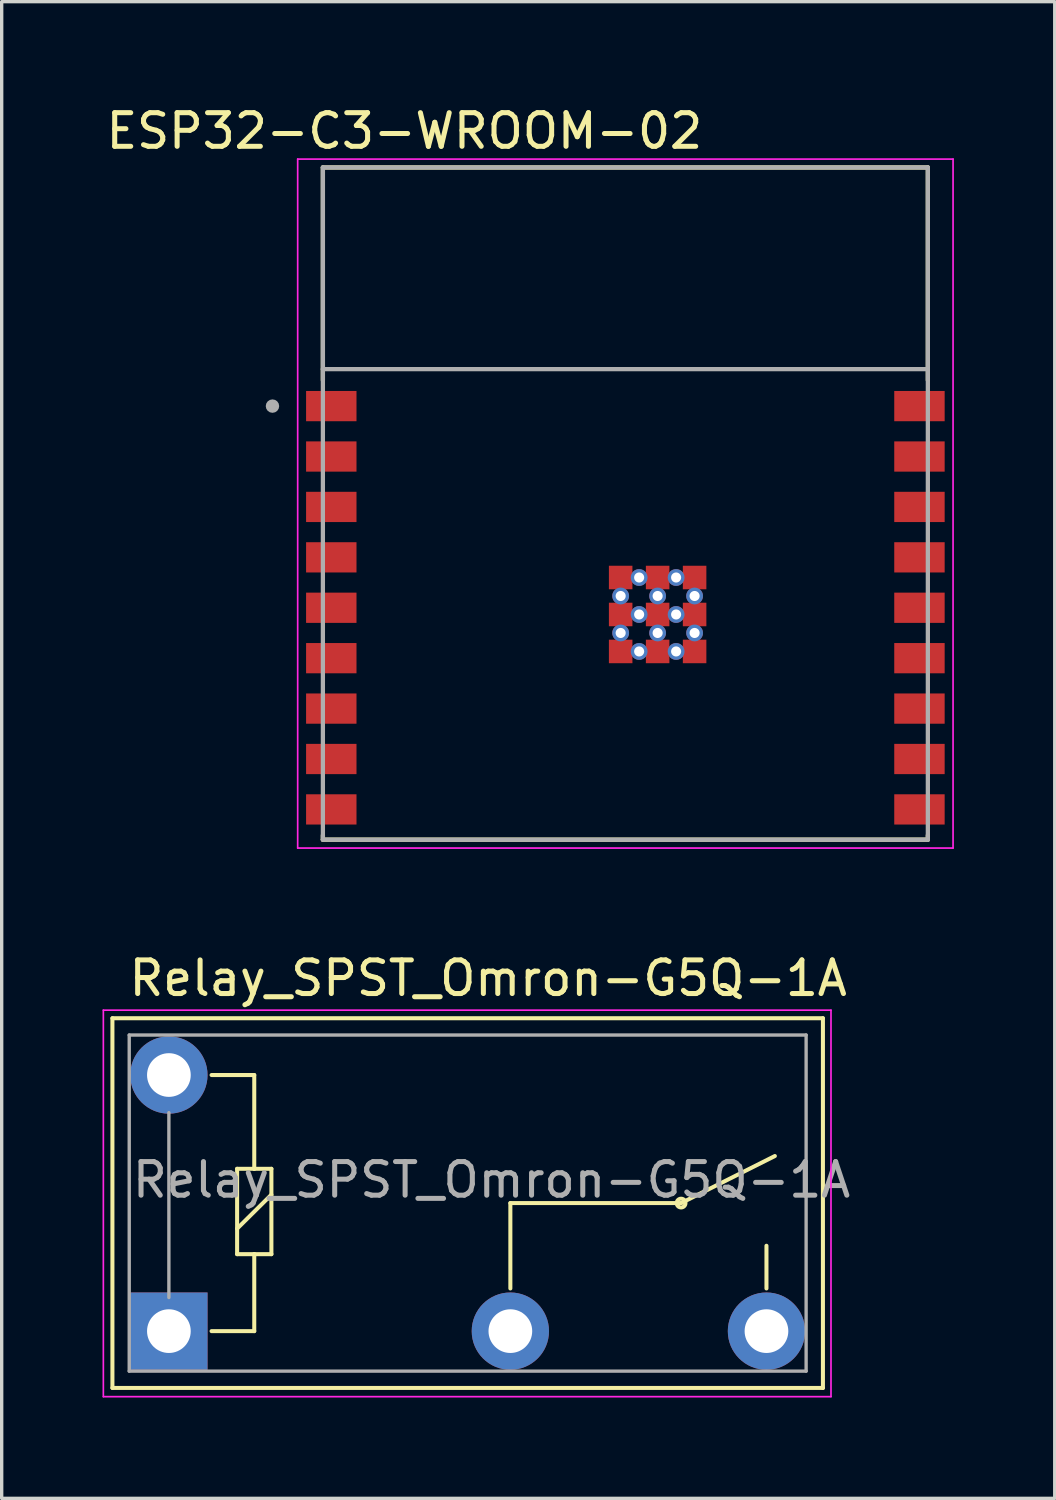
<source format=kicad_pcb>
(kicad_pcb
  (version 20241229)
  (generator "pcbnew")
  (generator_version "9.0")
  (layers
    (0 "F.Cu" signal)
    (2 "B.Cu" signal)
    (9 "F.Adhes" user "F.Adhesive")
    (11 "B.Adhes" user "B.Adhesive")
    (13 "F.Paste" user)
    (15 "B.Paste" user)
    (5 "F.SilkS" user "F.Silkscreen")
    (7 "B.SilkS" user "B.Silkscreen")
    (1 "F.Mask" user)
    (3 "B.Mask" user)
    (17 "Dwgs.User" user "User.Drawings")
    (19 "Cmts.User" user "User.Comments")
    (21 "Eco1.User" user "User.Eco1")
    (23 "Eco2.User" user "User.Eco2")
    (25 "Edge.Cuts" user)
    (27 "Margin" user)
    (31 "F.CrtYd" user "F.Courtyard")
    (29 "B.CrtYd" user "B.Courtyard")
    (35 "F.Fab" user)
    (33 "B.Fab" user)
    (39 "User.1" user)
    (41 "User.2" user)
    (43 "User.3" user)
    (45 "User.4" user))
  (footprint "Relay_SPST_Omron-G5Q-1A"
    (layer "F.Cu")
    (at 1.975 36.556)
    (property "Reference" "Relay_SPST_Omron-G5Q-1A" (at 9.5 -10.5 180) (layer "F.SilkS") (effects (font (size 1 1) (thickness 0.15))))
    (attr through_hole)
    (fp_line (start -1.68 -9.31) (end 19.46 -9.31) (stroke (width 0.12) (type solid)) (layer "F.SilkS"))
    (fp_line (start -1.68 1.69) (end -1.68 -9.31) (stroke (width 0.12) (type solid)) (layer "F.SilkS"))
    (fp_line (start -1.68 1.69) (end 19.46 1.69) (stroke (width 0.12) (type solid)) (layer "F.SilkS"))
    (fp_line (start 1.27 0) (end 2.54 0) (stroke (width 0.12) (type solid)) (layer "F.SilkS"))
    (fp_line (start 2.03 -4.83) (end 2.54 -4.83) (stroke (width 0.12) (type solid)) (layer "F.SilkS"))
    (fp_line (start 2.03 -3.05) (end 3.05 -4.06) (stroke (width 0.12) (type solid)) (layer "F.SilkS"))
    (fp_line (start 2.03 -2.29) (end 2.03 -4.83) (stroke (width 0.12) (type solid)) (layer "F.SilkS"))
    (fp_line (start 2.54 -7.62) (end 1.27 -7.62) (stroke (width 0.12) (type solid)) (layer "F.SilkS"))
    (fp_line (start 2.54 -4.83) (end 2.54 -7.62) (stroke (width 0.12) (type solid)) (layer "F.SilkS"))
    (fp_line (start 2.54 -4.83) (end 3.05 -4.83) (stroke (width 0.12) (type solid)) (layer "F.SilkS"))
    (fp_line (start 2.54 -2.29) (end 2.03 -2.29) (stroke (width 0.12) (type solid)) (layer "F.SilkS"))
    (fp_line (start 2.54 0) (end 2.54 -2.29) (stroke (width 0.12) (type solid)) (layer "F.SilkS"))
    (fp_line (start 3.05 -4.83) (end 3.05 -2.29) (stroke (width 0.12) (type solid)) (layer "F.SilkS"))
    (fp_line (start 3.05 -2.29) (end 2.54 -2.29) (stroke (width 0.12) (type solid)) (layer "F.SilkS"))
    (fp_line (start 10.16 -3.81) (end 15.24 -3.81) (stroke (width 0.12) (type solid)) (layer "F.SilkS"))
    (fp_line (start 10.16 -1.27) (end 10.16 -3.81) (stroke (width 0.12) (type solid)) (layer "F.SilkS"))
    (fp_line (start 15.24 -3.81) (end 18.03 -5.21) (stroke (width 0.12) (type solid)) (layer "F.SilkS"))
    (fp_line (start 17.78 -1.27) (end 17.78 -2.54) (stroke (width 0.12) (type solid)) (layer "F.SilkS"))
    (fp_line (start 19.46 1.69) (end 19.46 -9.31) (stroke (width 0.12) (type solid)) (layer "F.SilkS"))
    (fp_circle (center 15.24 -3.81) (end 15.24 -3.68) (stroke (width 0.12) (type solid)) (fill no) (layer "F.SilkS"))
    (fp_line (start -1.95 -9.55) (end 19.7 -9.55) (stroke (width 0.05) (type solid)) (layer "F.CrtYd"))
    (fp_line (start -1.95 1.95) (end -1.95 -9.55) (stroke (width 0.05) (type solid)) (layer "F.CrtYd"))
    (fp_line (start 19.7 -9.55) (end 19.7 1.95) (stroke (width 0.05) (type solid)) (layer "F.CrtYd"))
    (fp_line (start 19.7 1.95) (end -1.95 1.95) (stroke (width 0.05) (type solid)) (layer "F.CrtYd"))
    (fp_line (start -1.18 -8.81) (end 18.96 -8.81) (stroke (width 0.1) (type solid)) (layer "F.Fab"))
    (fp_line (start -1.18 1.19) (end -1.18 -8.81) (stroke (width 0.1) (type solid)) (layer "F.Fab"))
    (fp_line (start 0 -1) (end 0 -6.5) (stroke (width 0.1) (type solid)) (layer "F.Fab"))
    (fp_line (start 18.96 -8.81) (end 18.96 1.19) (stroke (width 0.1) (type solid)) (layer "F.Fab"))
    (fp_line (start 18.96 1.19) (end -1.18 1.19) (stroke (width 0.1) (type solid)) (layer "F.Fab"))
    (fp_text user "${REFERENCE}" (at 9.6 -4.5 0) (layer "F.Fab") (effects (font (size 1 1) (thickness 0.15))))
    (pad "13" thru_hole circle (at 10.16 0 180) (size 2.3 2.3) (drill 1.3) (layers "*.Cu" "*.Mask"))
    (pad "14" thru_hole circle (at 17.78 0 180) (size 2.3 2.3) (drill 1.3) (layers "*.Cu" "*.Mask"))
    (pad "A1" thru_hole rect (at 0 0 180) (size 2.3 2.3) (drill 1.3) (layers "*.Cu" "*.Mask"))
    (pad "A2" thru_hole circle (at 0 -7.62 180) (size 2.3 2.3) (drill 1.3) (layers "*.Cu" "*.Mask")))
  (footprint "ESP32-C3-WROOM-02"
    (layer "F.Cu")
    (at 15.557 11.933)
    (property "Reference" "ESP32-C3-WROOM-02" (at -6.575 -11.085 0) (layer "F.SilkS") (effects (font (size 1 1) (thickness 0.15))))
    (attr smd)
    (fp_line (start -9 -10) (end -9 -3.67) (stroke (width 0.127) (type solid)) (layer "F.SilkS"))
    (fp_line (start -9 10) (end -9 9.87) (stroke (width 0.127) (type solid)) (layer "F.SilkS"))
    (fp_line (start -9 10) (end 9 10) (stroke (width 0.127) (type solid)) (layer "F.SilkS"))
    (fp_line (start 9 -10) (end -9 -10) (stroke (width 0.127) (type solid)) (layer "F.SilkS"))
    (fp_line (start 9 -3.67) (end 9 -10) (stroke (width 0.127) (type solid)) (layer "F.SilkS"))
    (fp_line (start 9 10) (end 9 9.87) (stroke (width 0.127) (type solid)) (layer "F.SilkS"))
    (fp_line (start -9.75 -10.25) (end -9.75 10.25) (stroke (width 0.05) (type solid)) (layer "F.CrtYd"))
    (fp_line (start -9.75 10.25) (end 9.75 10.25) (stroke (width 0.05) (type solid)) (layer "F.CrtYd"))
    (fp_line (start 9.75 -10.25) (end -9.75 -10.25) (stroke (width 0.05) (type solid)) (layer "F.CrtYd"))
    (fp_line (start 9.75 10.25) (end 9.75 -10.25) (stroke (width 0.05) (type solid)) (layer "F.CrtYd"))
    (fp_line (start -9 -10) (end -9 -4) (stroke (width 0.127) (type solid)) (layer "F.Fab"))
    (fp_line (start -9 -4) (end -9 10) (stroke (width 0.127) (type solid)) (layer "F.Fab"))
    (fp_line (start -9 10) (end 9 10) (stroke (width 0.127) (type solid)) (layer "F.Fab"))
    (fp_line (start 9 -10) (end -9 -10) (stroke (width 0.127) (type solid)) (layer "F.Fab"))
    (fp_line (start 9 -4) (end -9 -4) (stroke (width 0.127) (type solid)) (layer "F.Fab"))
    (fp_line (start 9 -4) (end 9 -10) (stroke (width 0.127) (type solid)) (layer "F.Fab"))
    (fp_line (start 9 10) (end 9 -4) (stroke (width 0.127) (type solid)) (layer "F.Fab"))
    (fp_circle (center -10.5 -2.9) (end -10.4 -2.9) (stroke (width 0.2) (type solid)) (fill no) (layer "F.Fab"))
    (pad "1" smd rect (at -8.75 -2.9) (size 1.5 0.9) (layers "F.Cu" "F.Mask" "F.Paste"))
    (pad "2" smd rect (at -8.75 -1.4) (size 1.5 0.9) (layers "F.Cu" "F.Mask" "F.Paste"))
    (pad "3" smd rect (at -8.75 0.1) (size 1.5 0.9) (layers "F.Cu" "F.Mask" "F.Paste"))
    (pad "4" smd rect (at -8.75 1.6) (size 1.5 0.9) (layers "F.Cu" "F.Mask" "F.Paste"))
    (pad "5" smd rect (at -8.75 3.1) (size 1.5 0.9) (layers "F.Cu" "F.Mask" "F.Paste"))
    (pad "6" smd rect (at -8.75 4.6) (size 1.5 0.9) (layers "F.Cu" "F.Mask" "F.Paste"))
    (pad "7" smd rect (at -8.75 6.1) (size 1.5 0.9) (layers "F.Cu" "F.Mask" "F.Paste"))
    (pad "8" smd rect (at -8.75 7.6) (size 1.5 0.9) (layers "F.Cu" "F.Mask" "F.Paste"))
    (pad "9" smd rect (at -8.75 9.1) (size 1.5 0.9) (layers "F.Cu" "F.Mask" "F.Paste"))
    (pad "10" smd rect (at 8.75 9.1) (size 1.5 0.9) (layers "F.Cu" "F.Mask" "F.Paste"))
    (pad "11" smd rect (at 8.75 7.6) (size 1.5 0.9) (layers "F.Cu" "F.Mask" "F.Paste"))
    (pad "12" smd rect (at 8.75 6.1) (size 1.5 0.9) (layers "F.Cu" "F.Mask" "F.Paste"))
    (pad "13" smd rect (at 8.75 4.6) (size 1.5 0.9) (layers "F.Cu" "F.Mask" "F.Paste"))
    (pad "14" smd rect (at 8.75 3.1) (size 1.5 0.9) (layers "F.Cu" "F.Mask" "F.Paste"))
    (pad "15" smd rect (at 8.75 1.6) (size 1.5 0.9) (layers "F.Cu" "F.Mask" "F.Paste"))
    (pad "16" smd rect (at 8.75 0.1) (size 1.5 0.9) (layers "F.Cu" "F.Mask" "F.Paste"))
    (pad "17" smd rect (at 8.75 -1.4) (size 1.5 0.9) (layers "F.Cu" "F.Mask" "F.Paste"))
    (pad "18" smd rect (at 8.75 -2.9) (size 1.5 0.9) (layers "F.Cu" "F.Mask" "F.Paste"))
    (pad "19" smd rect (at -0.14 2.2) (size 0.7 0.7) (layers "F.Cu" "F.Mask" "F.Paste"))
    (pad "20" smd rect (at 0.96 2.2) (size 0.7 0.7) (layers "F.Cu" "F.Mask" "F.Paste"))
    (pad "21" smd rect (at 2.06 2.2) (size 0.7 0.7) (layers "F.Cu" "F.Mask" "F.Paste"))
    (pad "22" smd rect (at -0.14 3.3) (size 0.7 0.7) (layers "F.Cu" "F.Mask" "F.Paste"))
    (pad "23" smd rect (at 0.96 3.3) (size 0.7 0.7) (layers "F.Cu" "F.Mask" "F.Paste"))
    (pad "24" smd rect (at 2.06 3.3) (size 0.7 0.7) (layers "F.Cu" "F.Mask" "F.Paste"))
    (pad "25" smd rect (at -0.14 4.4) (size 0.7 0.7) (layers "F.Cu" "F.Mask" "F.Paste"))
    (pad "26" smd rect (at 0.96 4.4) (size 0.7 0.7) (layers "F.Cu" "F.Mask" "F.Paste"))
    (pad "27" smd rect (at 2.06 4.4) (size 0.7 0.7) (layers "F.Cu" "F.Mask" "F.Paste"))
    (pad "28" thru_hole circle (at 0.41 2.2) (size 0.5 0.5) (drill 0.3) (layers "*.Cu"))
    (pad "29" thru_hole circle (at 1.51 2.2) (size 0.5 0.5) (drill 0.3) (layers "*.Cu"))
    (pad "30" thru_hole circle (at -0.14 2.75) (size 0.5 0.5) (drill 0.3) (layers "*.Cu"))
    (pad "31" thru_hole circle (at 0.96 2.75) (size 0.5 0.5) (drill 0.3) (layers "*.Cu"))
    (pad "32" thru_hole circle (at 2.06 2.75) (size 0.5 0.5) (drill 0.3) (layers "*.Cu"))
    (pad "33" thru_hole circle (at 0.41 3.3) (size 0.5 0.5) (drill 0.3) (layers "*.Cu"))
    (pad "34" thru_hole circle (at 1.51 3.3) (size 0.5 0.5) (drill 0.3) (layers "*.Cu"))
    (pad "35" thru_hole circle (at -0.14 3.85) (size 0.5 0.5) (drill 0.3) (layers "*.Cu"))
    (pad "36" thru_hole circle (at 0.96 3.85) (size 0.5 0.5) (drill 0.3) (layers "*.Cu"))
    (pad "37" thru_hole circle (at 2.06 3.85) (size 0.5 0.5) (drill 0.3) (layers "*.Cu"))
    (pad "38" thru_hole circle (at 0.41 4.4) (size 0.5 0.5) (drill 0.3) (layers "*.Cu"))
    (pad "39" thru_hole circle (at 1.51 4.4) (size 0.5 0.5) (drill 0.3) (layers "*.Cu"))
    (zone (net_name "") (layer "F.Cu") (hatch full 0.508) (connect_pads) (min_thickness 0.01) (filled_areas_thickness no) (keepout (tracks not_allowed) (vias not_allowed) (pads not_allowed) (copperpour not_allowed) (footprints allowed)) (placement (enabled no)) (fill) (polygon (pts (xy 6.557 1.933) (xy 24.557 1.933) (xy 24.557 7.933) (xy 6.557 7.933))))
    (zone (net_name "") (layers "F.Cu" "B.Cu") (hatch full 0.508) (connect_pads) (min_thickness 0.01) (filled_areas_thickness no) (keepout (tracks allowed) (vias not_allowed) (pads allowed) (copperpour allowed) (footprints allowed)) (placement (enabled no)) (fill) (polygon (pts (xy 6.557 1.933) (xy 24.557 1.933) (xy 24.557 7.933) (xy 6.557 7.933))))
    (zone (net_name "") (layer "B.Cu") (hatch full 0.508) (connect_pads) (min_thickness 0.01) (filled_areas_thickness no) (keepout (tracks not_allowed) (vias not_allowed) (pads not_allowed) (copperpour not_allowed) (footprints allowed)) (placement (enabled no)) (fill) (polygon (pts (xy 6.557 1.933) (xy 24.557 1.933) (xy 24.557 7.933) (xy 6.557 7.933)))))
  (gr_rect
    (start -3 -3)
    (end 28.332 41.532)
    (stroke (width 0.1) (type default))
    (fill no)
    (layer "Edge.Cuts")))
</source>
